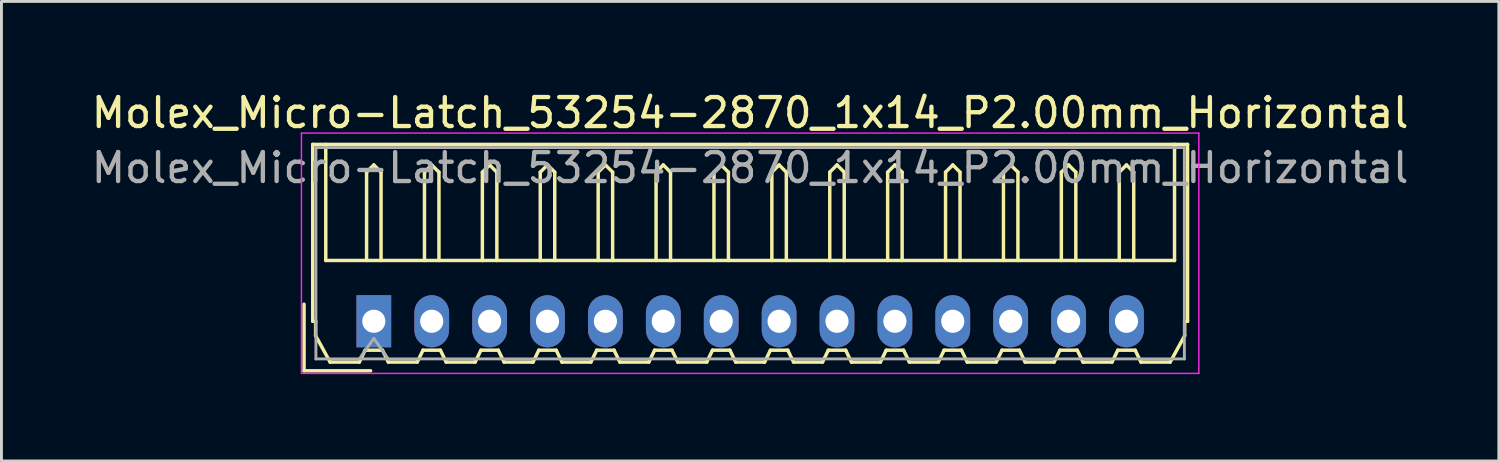
<source format=kicad_pcb>
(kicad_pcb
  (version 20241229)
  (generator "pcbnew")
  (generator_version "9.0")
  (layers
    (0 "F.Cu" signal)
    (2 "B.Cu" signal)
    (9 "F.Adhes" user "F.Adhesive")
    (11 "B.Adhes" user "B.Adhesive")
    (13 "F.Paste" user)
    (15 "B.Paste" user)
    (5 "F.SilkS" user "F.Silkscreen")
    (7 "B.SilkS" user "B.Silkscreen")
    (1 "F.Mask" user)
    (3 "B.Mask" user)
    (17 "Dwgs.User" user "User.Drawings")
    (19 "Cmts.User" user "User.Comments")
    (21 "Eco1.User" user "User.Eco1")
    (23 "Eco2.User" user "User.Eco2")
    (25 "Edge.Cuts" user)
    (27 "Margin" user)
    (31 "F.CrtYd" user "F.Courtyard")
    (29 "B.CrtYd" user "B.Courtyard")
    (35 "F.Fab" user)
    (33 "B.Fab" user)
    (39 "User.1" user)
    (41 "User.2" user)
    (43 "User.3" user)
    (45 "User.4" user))
  (footprint "Molex_Micro-Latch_53254-2870_1x14_P2.00mm_Horizontal"
    (layer "F.Cu")
    (at 9.863 8.048)
    (property "Reference" "Molex_Micro-Latch_53254-2870_1x14_P2.00mm_Horizontal" (at 13 -7.2 0) (layer "F.SilkS") (effects (font (size 1 1) (thickness 0.15))))
    (attr through_hole)
    (fp_line (start -2.41 1.71) (end -2.41 -0.59) (stroke (width 0.12) (type solid)) (layer "F.SilkS"))
    (fp_line (start -2.11 -6.11) (end 13 -6.11) (stroke (width 0.12) (type solid)) (layer "F.SilkS"))
    (fp_line (start -2.11 0) (end -2.11 -6.11) (stroke (width 0.12) (type solid)) (layer "F.SilkS"))
    (fp_line (start -2.01 0) (end -2.11 0) (stroke (width 0.12) (type solid)) (layer "F.SilkS"))
    (fp_line (start -2.01 0.5) (end -2.01 0) (stroke (width 0.12) (type solid)) (layer "F.SilkS"))
    (fp_line (start -1.66 -6.11) (end -1.66 -2.1) (stroke (width 0.12) (type solid)) (layer "F.SilkS"))
    (fp_line (start -1.66 -2.1) (end 27.66 -2.1) (stroke (width 0.12) (type solid)) (layer "F.SilkS"))
    (fp_line (start -1.51 1.41) (end -2.01 0.5) (stroke (width 0.12) (type solid)) (layer "F.SilkS"))
    (fp_line (start -0.5 1.41) (end -1.51 1.41) (stroke (width 0.12) (type solid)) (layer "F.SilkS"))
    (fp_line (start -0.3 1) (end -0.5 1.41) (stroke (width 0.12) (type solid)) (layer "F.SilkS"))
    (fp_line (start -0.3 1) (end 0.3 1) (stroke (width 0.12) (type solid)) (layer "F.SilkS"))
    (fp_line (start -0.25 -5.15) (end 0 -5.4) (stroke (width 0.12) (type solid)) (layer "F.SilkS"))
    (fp_line (start -0.25 -2.1) (end -0.25 -5.15) (stroke (width 0.12) (type solid)) (layer "F.SilkS"))
    (fp_line (start -0.11 1.71) (end -2.41 1.71) (stroke (width 0.12) (type solid)) (layer "F.SilkS"))
    (fp_line (start 0 -5.4) (end 0.25 -5.15) (stroke (width 0.12) (type solid)) (layer "F.SilkS"))
    (fp_line (start 0.25 -5.15) (end 0.25 -2.1) (stroke (width 0.12) (type solid)) (layer "F.SilkS"))
    (fp_line (start 0.3 1) (end 0.5 1.41) (stroke (width 0.12) (type solid)) (layer "F.SilkS"))
    (fp_line (start 0.5 1.41) (end 1.5 1.41) (stroke (width 0.12) (type solid)) (layer "F.SilkS"))
    (fp_line (start 1.5 1.41) (end 1.7 1) (stroke (width 0.12) (type solid)) (layer "F.SilkS"))
    (fp_line (start 1.7 1) (end 2.3 1) (stroke (width 0.12) (type solid)) (layer "F.SilkS"))
    (fp_line (start 1.75 -5.15) (end 2 -5.4) (stroke (width 0.12) (type solid)) (layer "F.SilkS"))
    (fp_line (start 1.75 -2.1) (end 1.75 -5.15) (stroke (width 0.12) (type solid)) (layer "F.SilkS"))
    (fp_line (start 2 -5.4) (end 2.25 -5.15) (stroke (width 0.12) (type solid)) (layer "F.SilkS"))
    (fp_line (start 2.25 -5.15) (end 2.25 -2.1) (stroke (width 0.12) (type solid)) (layer "F.SilkS"))
    (fp_line (start 2.3 1) (end 2.5 1.41) (stroke (width 0.12) (type solid)) (layer "F.SilkS"))
    (fp_line (start 2.5 1.41) (end 3.5 1.41) (stroke (width 0.12) (type solid)) (layer "F.SilkS"))
    (fp_line (start 3.5 1.41) (end 3.7 1) (stroke (width 0.12) (type solid)) (layer "F.SilkS"))
    (fp_line (start 3.7 1) (end 4.3 1) (stroke (width 0.12) (type solid)) (layer "F.SilkS"))
    (fp_line (start 3.75 -5.15) (end 4 -5.4) (stroke (width 0.12) (type solid)) (layer "F.SilkS"))
    (fp_line (start 3.75 -2.1) (end 3.75 -5.15) (stroke (width 0.12) (type solid)) (layer "F.SilkS"))
    (fp_line (start 4 -5.4) (end 4.25 -5.15) (stroke (width 0.12) (type solid)) (layer "F.SilkS"))
    (fp_line (start 4.25 -5.15) (end 4.25 -2.1) (stroke (width 0.12) (type solid)) (layer "F.SilkS"))
    (fp_line (start 4.3 1) (end 4.5 1.41) (stroke (width 0.12) (type solid)) (layer "F.SilkS"))
    (fp_line (start 4.5 1.41) (end 5.5 1.41) (stroke (width 0.12) (type solid)) (layer "F.SilkS"))
    (fp_line (start 5.5 1.41) (end 5.7 1) (stroke (width 0.12) (type solid)) (layer "F.SilkS"))
    (fp_line (start 5.7 1) (end 6.3 1) (stroke (width 0.12) (type solid)) (layer "F.SilkS"))
    (fp_line (start 5.75 -5.15) (end 6 -5.4) (stroke (width 0.12) (type solid)) (layer "F.SilkS"))
    (fp_line (start 5.75 -2.1) (end 5.75 -5.15) (stroke (width 0.12) (type solid)) (layer "F.SilkS"))
    (fp_line (start 6 -5.4) (end 6.25 -5.15) (stroke (width 0.12) (type solid)) (layer "F.SilkS"))
    (fp_line (start 6.25 -5.15) (end 6.25 -2.1) (stroke (width 0.12) (type solid)) (layer "F.SilkS"))
    (fp_line (start 6.3 1) (end 6.5 1.41) (stroke (width 0.12) (type solid)) (layer "F.SilkS"))
    (fp_line (start 6.5 1.41) (end 7.5 1.41) (stroke (width 0.12) (type solid)) (layer "F.SilkS"))
    (fp_line (start 7.5 1.41) (end 7.7 1) (stroke (width 0.12) (type solid)) (layer "F.SilkS"))
    (fp_line (start 7.7 1) (end 8.3 1) (stroke (width 0.12) (type solid)) (layer "F.SilkS"))
    (fp_line (start 7.75 -5.15) (end 8 -5.4) (stroke (width 0.12) (type solid)) (layer "F.SilkS"))
    (fp_line (start 7.75 -2.1) (end 7.75 -5.15) (stroke (width 0.12) (type solid)) (layer "F.SilkS"))
    (fp_line (start 8 -5.4) (end 8.25 -5.15) (stroke (width 0.12) (type solid)) (layer "F.SilkS"))
    (fp_line (start 8.25 -5.15) (end 8.25 -2.1) (stroke (width 0.12) (type solid)) (layer "F.SilkS"))
    (fp_line (start 8.3 1) (end 8.5 1.41) (stroke (width 0.12) (type solid)) (layer "F.SilkS"))
    (fp_line (start 8.5 1.41) (end 9.5 1.41) (stroke (width 0.12) (type solid)) (layer "F.SilkS"))
    (fp_line (start 9.5 1.41) (end 9.7 1) (stroke (width 0.12) (type solid)) (layer "F.SilkS"))
    (fp_line (start 9.7 1) (end 10.3 1) (stroke (width 0.12) (type solid)) (layer "F.SilkS"))
    (fp_line (start 9.75 -5.15) (end 10 -5.4) (stroke (width 0.12) (type solid)) (layer "F.SilkS"))
    (fp_line (start 9.75 -2.1) (end 9.75 -5.15) (stroke (width 0.12) (type solid)) (layer "F.SilkS"))
    (fp_line (start 10 -5.4) (end 10.25 -5.15) (stroke (width 0.12) (type solid)) (layer "F.SilkS"))
    (fp_line (start 10.25 -5.15) (end 10.25 -2.1) (stroke (width 0.12) (type solid)) (layer "F.SilkS"))
    (fp_line (start 10.3 1) (end 10.5 1.41) (stroke (width 0.12) (type solid)) (layer "F.SilkS"))
    (fp_line (start 10.5 1.41) (end 11.5 1.41) (stroke (width 0.12) (type solid)) (layer "F.SilkS"))
    (fp_line (start 11.5 1.41) (end 11.7 1) (stroke (width 0.12) (type solid)) (layer "F.SilkS"))
    (fp_line (start 11.7 1) (end 12.3 1) (stroke (width 0.12) (type solid)) (layer "F.SilkS"))
    (fp_line (start 11.75 -5.15) (end 12 -5.4) (stroke (width 0.12) (type solid)) (layer "F.SilkS"))
    (fp_line (start 11.75 -2.1) (end 11.75 -5.15) (stroke (width 0.12) (type solid)) (layer "F.SilkS"))
    (fp_line (start 12 -5.4) (end 12.25 -5.15) (stroke (width 0.12) (type solid)) (layer "F.SilkS"))
    (fp_line (start 12.25 -5.15) (end 12.25 -2.1) (stroke (width 0.12) (type solid)) (layer "F.SilkS"))
    (fp_line (start 12.3 1) (end 12.5 1.41) (stroke (width 0.12) (type solid)) (layer "F.SilkS"))
    (fp_line (start 12.5 1.41) (end 13.5 1.41) (stroke (width 0.12) (type solid)) (layer "F.SilkS"))
    (fp_line (start 13.5 1.41) (end 13.7 1) (stroke (width 0.12) (type solid)) (layer "F.SilkS"))
    (fp_line (start 13.7 1) (end 14.3 1) (stroke (width 0.12) (type solid)) (layer "F.SilkS"))
    (fp_line (start 13.75 -5.15) (end 14 -5.4) (stroke (width 0.12) (type solid)) (layer "F.SilkS"))
    (fp_line (start 13.75 -2.1) (end 13.75 -5.15) (stroke (width 0.12) (type solid)) (layer "F.SilkS"))
    (fp_line (start 14 -5.4) (end 14.25 -5.15) (stroke (width 0.12) (type solid)) (layer "F.SilkS"))
    (fp_line (start 14.25 -5.15) (end 14.25 -2.1) (stroke (width 0.12) (type solid)) (layer "F.SilkS"))
    (fp_line (start 14.3 1) (end 14.5 1.41) (stroke (width 0.12) (type solid)) (layer "F.SilkS"))
    (fp_line (start 14.5 1.41) (end 15.5 1.41) (stroke (width 0.12) (type solid)) (layer "F.SilkS"))
    (fp_line (start 15.5 1.41) (end 15.7 1) (stroke (width 0.12) (type solid)) (layer "F.SilkS"))
    (fp_line (start 15.7 1) (end 16.3 1) (stroke (width 0.12) (type solid)) (layer "F.SilkS"))
    (fp_line (start 15.75 -5.15) (end 16 -5.4) (stroke (width 0.12) (type solid)) (layer "F.SilkS"))
    (fp_line (start 15.75 -2.1) (end 15.75 -5.15) (stroke (width 0.12) (type solid)) (layer "F.SilkS"))
    (fp_line (start 16 -5.4) (end 16.25 -5.15) (stroke (width 0.12) (type solid)) (layer "F.SilkS"))
    (fp_line (start 16.25 -5.15) (end 16.25 -2.1) (stroke (width 0.12) (type solid)) (layer "F.SilkS"))
    (fp_line (start 16.3 1) (end 16.5 1.41) (stroke (width 0.12) (type solid)) (layer "F.SilkS"))
    (fp_line (start 16.5 1.41) (end 17.5 1.41) (stroke (width 0.12) (type solid)) (layer "F.SilkS"))
    (fp_line (start 17.5 1.41) (end 17.7 1) (stroke (width 0.12) (type solid)) (layer "F.SilkS"))
    (fp_line (start 17.7 1) (end 18.3 1) (stroke (width 0.12) (type solid)) (layer "F.SilkS"))
    (fp_line (start 17.75 -5.15) (end 18 -5.4) (stroke (width 0.12) (type solid)) (layer "F.SilkS"))
    (fp_line (start 17.75 -2.1) (end 17.75 -5.15) (stroke (width 0.12) (type solid)) (layer "F.SilkS"))
    (fp_line (start 18 -5.4) (end 18.25 -5.15) (stroke (width 0.12) (type solid)) (layer "F.SilkS"))
    (fp_line (start 18.25 -5.15) (end 18.25 -2.1) (stroke (width 0.12) (type solid)) (layer "F.SilkS"))
    (fp_line (start 18.3 1) (end 18.5 1.41) (stroke (width 0.12) (type solid)) (layer "F.SilkS"))
    (fp_line (start 18.5 1.41) (end 19.5 1.41) (stroke (width 0.12) (type solid)) (layer "F.SilkS"))
    (fp_line (start 19.5 1.41) (end 19.7 1) (stroke (width 0.12) (type solid)) (layer "F.SilkS"))
    (fp_line (start 19.7 1) (end 20.3 1) (stroke (width 0.12) (type solid)) (layer "F.SilkS"))
    (fp_line (start 19.75 -5.15) (end 20 -5.4) (stroke (width 0.12) (type solid)) (layer "F.SilkS"))
    (fp_line (start 19.75 -2.1) (end 19.75 -5.15) (stroke (width 0.12) (type solid)) (layer "F.SilkS"))
    (fp_line (start 20 -5.4) (end 20.25 -5.15) (stroke (width 0.12) (type solid)) (layer "F.SilkS"))
    (fp_line (start 20.25 -5.15) (end 20.25 -2.1) (stroke (width 0.12) (type solid)) (layer "F.SilkS"))
    (fp_line (start 20.3 1) (end 20.5 1.41) (stroke (width 0.12) (type solid)) (layer "F.SilkS"))
    (fp_line (start 20.5 1.41) (end 21.5 1.41) (stroke (width 0.12) (type solid)) (layer "F.SilkS"))
    (fp_line (start 21.5 1.41) (end 21.7 1) (stroke (width 0.12) (type solid)) (layer "F.SilkS"))
    (fp_line (start 21.7 1) (end 22.3 1) (stroke (width 0.12) (type solid)) (layer "F.SilkS"))
    (fp_line (start 21.75 -5.15) (end 22 -5.4) (stroke (width 0.12) (type solid)) (layer "F.SilkS"))
    (fp_line (start 21.75 -2.1) (end 21.75 -5.15) (stroke (width 0.12) (type solid)) (layer "F.SilkS"))
    (fp_line (start 22 -5.4) (end 22.25 -5.15) (stroke (width 0.12) (type solid)) (layer "F.SilkS"))
    (fp_line (start 22.25 -5.15) (end 22.25 -2.1) (stroke (width 0.12) (type solid)) (layer "F.SilkS"))
    (fp_line (start 22.3 1) (end 22.5 1.41) (stroke (width 0.12) (type solid)) (layer "F.SilkS"))
    (fp_line (start 22.5 1.41) (end 23.5 1.41) (stroke (width 0.12) (type solid)) (layer "F.SilkS"))
    (fp_line (start 23.5 1.41) (end 23.7 1) (stroke (width 0.12) (type solid)) (layer "F.SilkS"))
    (fp_line (start 23.7 1) (end 24.3 1) (stroke (width 0.12) (type solid)) (layer "F.SilkS"))
    (fp_line (start 23.75 -5.15) (end 24 -5.4) (stroke (width 0.12) (type solid)) (layer "F.SilkS"))
    (fp_line (start 23.75 -2.1) (end 23.75 -5.15) (stroke (width 0.12) (type solid)) (layer "F.SilkS"))
    (fp_line (start 24 -5.4) (end 24.25 -5.15) (stroke (width 0.12) (type solid)) (layer "F.SilkS"))
    (fp_line (start 24.25 -5.15) (end 24.25 -2.1) (stroke (width 0.12) (type solid)) (layer "F.SilkS"))
    (fp_line (start 24.3 1) (end 24.5 1.41) (stroke (width 0.12) (type solid)) (layer "F.SilkS"))
    (fp_line (start 24.5 1.41) (end 25.5 1.41) (stroke (width 0.12) (type solid)) (layer "F.SilkS"))
    (fp_line (start 25.5 1.41) (end 25.7 1) (stroke (width 0.12) (type solid)) (layer "F.SilkS"))
    (fp_line (start 25.7 1) (end 26.3 1) (stroke (width 0.12) (type solid)) (layer "F.SilkS"))
    (fp_line (start 25.75 -5.15) (end 26 -5.4) (stroke (width 0.12) (type solid)) (layer "F.SilkS"))
    (fp_line (start 25.75 -2.1) (end 25.75 -5.15) (stroke (width 0.12) (type solid)) (layer "F.SilkS"))
    (fp_line (start 26 -5.4) (end 26.25 -5.15) (stroke (width 0.12) (type solid)) (layer "F.SilkS"))
    (fp_line (start 26.25 -5.15) (end 26.25 -2.1) (stroke (width 0.12) (type solid)) (layer "F.SilkS"))
    (fp_line (start 26.3 1) (end 26.5 1.41) (stroke (width 0.12) (type solid)) (layer "F.SilkS"))
    (fp_line (start 26.5 1.41) (end 27.51 1.41) (stroke (width 0.12) (type solid)) (layer "F.SilkS"))
    (fp_line (start 27.51 1.41) (end 28.01 0.5) (stroke (width 0.12) (type solid)) (layer "F.SilkS"))
    (fp_line (start 27.66 -2.1) (end 27.66 -6.11) (stroke (width 0.12) (type solid)) (layer "F.SilkS"))
    (fp_line (start 28.01 0) (end 28.11 0) (stroke (width 0.12) (type solid)) (layer "F.SilkS"))
    (fp_line (start 28.01 0.5) (end 28.01 0) (stroke (width 0.12) (type solid)) (layer "F.SilkS"))
    (fp_line (start 28.11 -6.11) (end 13 -6.11) (stroke (width 0.12) (type solid)) (layer "F.SilkS"))
    (fp_line (start 28.11 0) (end 28.11 -6.11) (stroke (width 0.12) (type solid)) (layer "F.SilkS"))
    (fp_line (start -2.5 -6.5) (end -2.5 1.8) (stroke (width 0.05) (type solid)) (layer "F.CrtYd"))
    (fp_line (start -2.5 1.8) (end 28.5 1.8) (stroke (width 0.05) (type solid)) (layer "F.CrtYd"))
    (fp_line (start 28.5 -6.5) (end -2.5 -6.5) (stroke (width 0.05) (type solid)) (layer "F.CrtYd"))
    (fp_line (start 28.5 1.8) (end 28.5 -6.5) (stroke (width 0.05) (type solid)) (layer "F.CrtYd"))
    (fp_line (start -2 -6) (end -2 1.3) (stroke (width 0.1) (type solid)) (layer "F.Fab"))
    (fp_line (start -2 1.3) (end 28 1.3) (stroke (width 0.1) (type solid)) (layer "F.Fab"))
    (fp_line (start -0.5 1.3) (end 0 0.593) (stroke (width 0.1) (type solid)) (layer "F.Fab"))
    (fp_line (start 0 0.593) (end 0.5 1.3) (stroke (width 0.1) (type solid)) (layer "F.Fab"))
    (fp_line (start 28 -6) (end -2 -6) (stroke (width 0.1) (type solid)) (layer "F.Fab"))
    (fp_line (start 28 1.3) (end 28 -6) (stroke (width 0.1) (type solid)) (layer "F.Fab"))
    (fp_text user "${REFERENCE}" (at 13 -5.3 0) (layer "F.Fab") (effects (font (size 1 1) (thickness 0.15))))
    (pad "1" thru_hole rect (at 0 0) (size 1.2 1.8) (drill 0.8) (layers "*.Cu" "*.Mask"))
    (pad "2" thru_hole oval (at 2 0) (size 1.2 1.8) (drill 0.8) (layers "*.Cu" "*.Mask"))
    (pad "3" thru_hole oval (at 4 0) (size 1.2 1.8) (drill 0.8) (layers "*.Cu" "*.Mask"))
    (pad "4" thru_hole oval (at 6 0) (size 1.2 1.8) (drill 0.8) (layers "*.Cu" "*.Mask"))
    (pad "5" thru_hole oval (at 8 0) (size 1.2 1.8) (drill 0.8) (layers "*.Cu" "*.Mask"))
    (pad "6" thru_hole oval (at 10 0) (size 1.2 1.8) (drill 0.8) (layers "*.Cu" "*.Mask"))
    (pad "7" thru_hole oval (at 12 0) (size 1.2 1.8) (drill 0.8) (layers "*.Cu" "*.Mask"))
    (pad "8" thru_hole oval (at 14 0) (size 1.2 1.8) (drill 0.8) (layers "*.Cu" "*.Mask"))
    (pad "9" thru_hole oval (at 16 0) (size 1.2 1.8) (drill 0.8) (layers "*.Cu" "*.Mask"))
    (pad "10" thru_hole oval (at 18 0) (size 1.2 1.8) (drill 0.8) (layers "*.Cu" "*.Mask"))
    (pad "11" thru_hole oval (at 20 0) (size 1.2 1.8) (drill 0.8) (layers "*.Cu" "*.Mask"))
    (pad "12" thru_hole oval (at 22 0) (size 1.2 1.8) (drill 0.8) (layers "*.Cu" "*.Mask"))
    (pad "13" thru_hole oval (at 24 0) (size 1.2 1.8) (drill 0.8) (layers "*.Cu" "*.Mask"))
    (pad "14" thru_hole oval (at 26 0) (size 1.2 1.8) (drill 0.8) (layers "*.Cu" "*.Mask")))
  (gr_rect
    (start -3 -3)
    (end 48.726 12.873)
    (stroke (width 0.1) (type default))
    (fill no)
    (layer "Edge.Cuts")))
</source>
